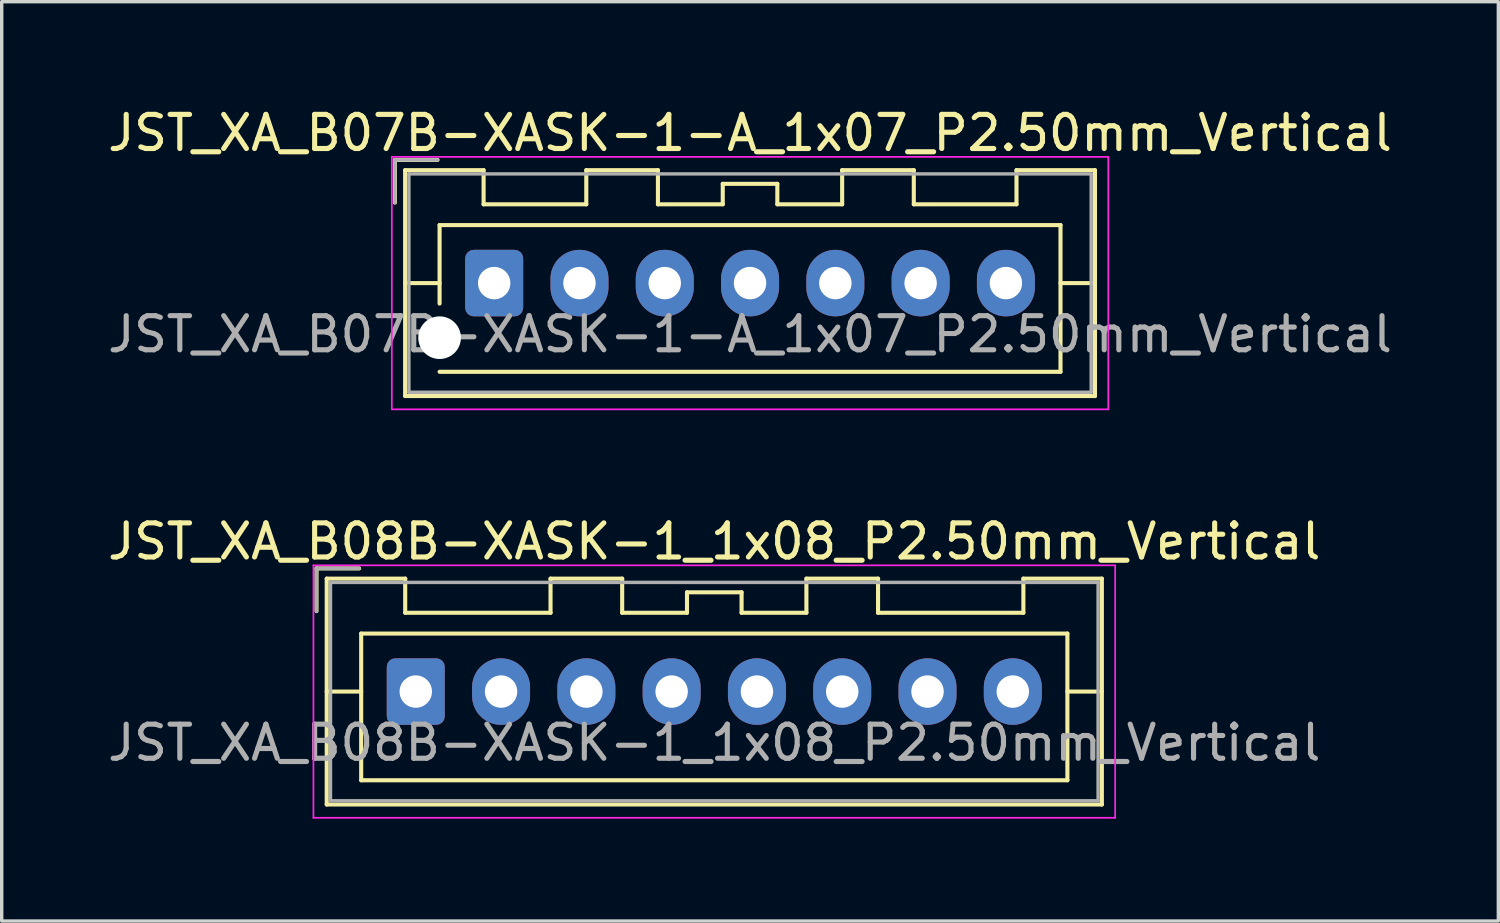
<source format=kicad_pcb>
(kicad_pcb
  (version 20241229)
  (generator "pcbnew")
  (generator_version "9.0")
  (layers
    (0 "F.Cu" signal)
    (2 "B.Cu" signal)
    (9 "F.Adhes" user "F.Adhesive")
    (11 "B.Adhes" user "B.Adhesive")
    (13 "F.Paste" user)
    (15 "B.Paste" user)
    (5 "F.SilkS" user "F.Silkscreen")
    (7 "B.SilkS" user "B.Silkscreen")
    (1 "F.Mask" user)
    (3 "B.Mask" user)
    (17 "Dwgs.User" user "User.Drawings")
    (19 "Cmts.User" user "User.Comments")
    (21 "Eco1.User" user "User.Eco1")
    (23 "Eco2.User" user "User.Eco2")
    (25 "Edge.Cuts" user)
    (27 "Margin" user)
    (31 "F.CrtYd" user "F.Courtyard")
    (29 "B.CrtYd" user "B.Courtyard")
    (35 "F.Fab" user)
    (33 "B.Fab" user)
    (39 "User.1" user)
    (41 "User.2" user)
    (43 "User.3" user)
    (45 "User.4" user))
  (footprint "JST_XA_B08B-XASK-1_1x08_P2.50mm_Vertical"
    (layer "F.Cu")
    (at 9.137 17.221)
    (property "Reference" "JST_XA_B08B-XASK-1_1x08_P2.50mm_Vertical" (at 8.75 -4.4 0) (layer "F.SilkS") (effects (font (size 1 1) (thickness 0.15))))
    (attr through_hole)
    (fp_line (start -2.91 -3.61) (end -2.91 -2.36) (stroke (width 0.12) (type solid)) (layer "F.SilkS"))
    (fp_line (start -2.61 -3.31) (end -2.61 3.31) (stroke (width 0.12) (type solid)) (layer "F.SilkS"))
    (fp_line (start -2.61 0) (end -1.6 0) (stroke (width 0.12) (type solid)) (layer "F.SilkS"))
    (fp_line (start -2.61 3.31) (end 20.11 3.31) (stroke (width 0.12) (type solid)) (layer "F.SilkS"))
    (fp_line (start -1.66 -3.61) (end -2.91 -3.61) (stroke (width 0.12) (type solid)) (layer "F.SilkS"))
    (fp_line (start -1.6 -1.7) (end -1.6 2.6) (stroke (width 0.12) (type solid)) (layer "F.SilkS"))
    (fp_line (start -1.6 2.6) (end 19.1 2.6) (stroke (width 0.12) (type solid)) (layer "F.SilkS"))
    (fp_line (start -0.31 -3.31) (end -2.61 -3.31) (stroke (width 0.12) (type solid)) (layer "F.SilkS"))
    (fp_line (start -0.31 -2.31) (end -0.31 -3.31) (stroke (width 0.12) (type solid)) (layer "F.SilkS"))
    (fp_line (start 3.95 -3.31) (end 3.95 -2.31) (stroke (width 0.12) (type solid)) (layer "F.SilkS"))
    (fp_line (start 3.95 -2.31) (end -0.31 -2.31) (stroke (width 0.12) (type solid)) (layer "F.SilkS"))
    (fp_line (start 6.05 -3.31) (end 3.95 -3.31) (stroke (width 0.12) (type solid)) (layer "F.SilkS"))
    (fp_line (start 6.05 -2.31) (end 6.05 -3.31) (stroke (width 0.12) (type solid)) (layer "F.SilkS"))
    (fp_line (start 7.95 -2.91) (end 7.95 -2.31) (stroke (width 0.12) (type solid)) (layer "F.SilkS"))
    (fp_line (start 7.95 -2.31) (end 6.05 -2.31) (stroke (width 0.12) (type solid)) (layer "F.SilkS"))
    (fp_line (start 9.55 -2.91) (end 7.95 -2.91) (stroke (width 0.12) (type solid)) (layer "F.SilkS"))
    (fp_line (start 9.55 -2.31) (end 9.55 -2.91) (stroke (width 0.12) (type solid)) (layer "F.SilkS"))
    (fp_line (start 11.45 -3.31) (end 11.45 -2.31) (stroke (width 0.12) (type solid)) (layer "F.SilkS"))
    (fp_line (start 11.45 -2.31) (end 9.55 -2.31) (stroke (width 0.12) (type solid)) (layer "F.SilkS"))
    (fp_line (start 13.55 -3.31) (end 11.45 -3.31) (stroke (width 0.12) (type solid)) (layer "F.SilkS"))
    (fp_line (start 13.55 -2.31) (end 13.55 -3.31) (stroke (width 0.12) (type solid)) (layer "F.SilkS"))
    (fp_line (start 17.81 -3.31) (end 17.81 -2.31) (stroke (width 0.12) (type solid)) (layer "F.SilkS"))
    (fp_line (start 17.81 -2.31) (end 13.55 -2.31) (stroke (width 0.12) (type solid)) (layer "F.SilkS"))
    (fp_line (start 19.1 -1.7) (end -1.6 -1.7) (stroke (width 0.12) (type solid)) (layer "F.SilkS"))
    (fp_line (start 19.1 2.6) (end 19.1 -1.7) (stroke (width 0.12) (type solid)) (layer "F.SilkS"))
    (fp_line (start 20.11 -3.31) (end 17.81 -3.31) (stroke (width 0.12) (type solid)) (layer "F.SilkS"))
    (fp_line (start 20.11 0) (end 19.1 0) (stroke (width 0.12) (type solid)) (layer "F.SilkS"))
    (fp_line (start 20.11 3.31) (end 20.11 -3.31) (stroke (width 0.12) (type solid)) (layer "F.SilkS"))
    (fp_line (start -3 -3.7) (end -3 3.7) (stroke (width 0.05) (type solid)) (layer "F.CrtYd"))
    (fp_line (start -3 3.7) (end 20.5 3.7) (stroke (width 0.05) (type solid)) (layer "F.CrtYd"))
    (fp_line (start 20.5 -3.7) (end -3 -3.7) (stroke (width 0.05) (type solid)) (layer "F.CrtYd"))
    (fp_line (start 20.5 3.7) (end 20.5 -3.7) (stroke (width 0.05) (type solid)) (layer "F.CrtYd"))
    (fp_line (start -2.91 -3.61) (end -2.91 -2.36) (stroke (width 0.1) (type solid)) (layer "F.Fab"))
    (fp_line (start -2.5 -3.2) (end -2.5 3.2) (stroke (width 0.1) (type solid)) (layer "F.Fab"))
    (fp_line (start -2.5 3.2) (end 20 3.2) (stroke (width 0.1) (type solid)) (layer "F.Fab"))
    (fp_line (start -1.66 -3.61) (end -2.91 -3.61) (stroke (width 0.1) (type solid)) (layer "F.Fab"))
    (fp_line (start 20 -3.2) (end -2.5 -3.2) (stroke (width 0.1) (type solid)) (layer "F.Fab"))
    (fp_line (start 20 3.2) (end 20 -3.2) (stroke (width 0.1) (type solid)) (layer "F.Fab"))
    (fp_text user "${REFERENCE}" (at 8.75 1.5 0) (layer "F.Fab") (effects (font (size 1 1) (thickness 0.15))))
    (pad "1" thru_hole roundrect (at 0 0) (size 1.7 1.95) (drill 0.95) (layers "*.Cu" "*.Mask") (roundrect_rratio 0.147))
    (pad "2" thru_hole oval (at 2.5 0) (size 1.7 1.95) (drill 0.95) (layers "*.Cu" "*.Mask"))
    (pad "3" thru_hole oval (at 5 0) (size 1.7 1.95) (drill 0.95) (layers "*.Cu" "*.Mask"))
    (pad "4" thru_hole oval (at 7.5 0) (size 1.7 1.95) (drill 0.95) (layers "*.Cu" "*.Mask"))
    (pad "5" thru_hole oval (at 10 0) (size 1.7 1.95) (drill 0.95) (layers "*.Cu" "*.Mask"))
    (pad "6" thru_hole oval (at 12.5 0) (size 1.7 1.95) (drill 0.95) (layers "*.Cu" "*.Mask"))
    (pad "7" thru_hole oval (at 15 0) (size 1.7 1.95) (drill 0.95) (layers "*.Cu" "*.Mask"))
    (pad "8" thru_hole oval (at 17.5 0) (size 1.7 1.95) (drill 0.95) (layers "*.Cu" "*.Mask")))
  (footprint "JST_XA_B07B-XASK-1-A_1x07_P2.50mm_Vertical"
    (layer "F.Cu")
    (at 11.435 5.248)
    (property "Reference" "JST_XA_B07B-XASK-1-A_1x07_P2.50mm_Vertical" (at 7.5 -4.4 0) (layer "F.SilkS") (effects (font (size 1 1) (thickness 0.15))))
    (attr through_hole)
    (fp_line (start -2.91 -3.61) (end -2.91 -2.36) (stroke (width 0.12) (type solid)) (layer "F.SilkS"))
    (fp_line (start -2.61 -3.31) (end -2.61 3.31) (stroke (width 0.12) (type solid)) (layer "F.SilkS"))
    (fp_line (start -2.61 0) (end -1.6 0) (stroke (width 0.12) (type solid)) (layer "F.SilkS"))
    (fp_line (start -2.61 3.31) (end 17.61 3.31) (stroke (width 0.12) (type solid)) (layer "F.SilkS"))
    (fp_line (start -1.66 -3.61) (end -2.91 -3.61) (stroke (width 0.12) (type solid)) (layer "F.SilkS"))
    (fp_line (start -1.6 -1.7) (end 16.6 -1.7) (stroke (width 0.12) (type solid)) (layer "F.SilkS"))
    (fp_line (start -1.6 0.6) (end -1.6 -1.7) (stroke (width 0.12) (type solid)) (layer "F.SilkS"))
    (fp_line (start -0.31 -3.31) (end -2.61 -3.31) (stroke (width 0.12) (type solid)) (layer "F.SilkS"))
    (fp_line (start -0.31 -2.31) (end -0.31 -3.31) (stroke (width 0.12) (type solid)) (layer "F.SilkS"))
    (fp_line (start 2.7 -3.31) (end 2.7 -2.31) (stroke (width 0.12) (type solid)) (layer "F.SilkS"))
    (fp_line (start 2.7 -2.31) (end -0.31 -2.31) (stroke (width 0.12) (type solid)) (layer "F.SilkS"))
    (fp_line (start 4.8 -3.31) (end 2.7 -3.31) (stroke (width 0.12) (type solid)) (layer "F.SilkS"))
    (fp_line (start 4.8 -2.31) (end 4.8 -3.31) (stroke (width 0.12) (type solid)) (layer "F.SilkS"))
    (fp_line (start 6.7 -2.91) (end 6.7 -2.31) (stroke (width 0.12) (type solid)) (layer "F.SilkS"))
    (fp_line (start 6.7 -2.31) (end 4.8 -2.31) (stroke (width 0.12) (type solid)) (layer "F.SilkS"))
    (fp_line (start 8.3 -2.91) (end 6.7 -2.91) (stroke (width 0.12) (type solid)) (layer "F.SilkS"))
    (fp_line (start 8.3 -2.31) (end 8.3 -2.91) (stroke (width 0.12) (type solid)) (layer "F.SilkS"))
    (fp_line (start 10.2 -3.31) (end 10.2 -2.31) (stroke (width 0.12) (type solid)) (layer "F.SilkS"))
    (fp_line (start 10.2 -2.31) (end 8.3 -2.31) (stroke (width 0.12) (type solid)) (layer "F.SilkS"))
    (fp_line (start 12.3 -3.31) (end 10.2 -3.31) (stroke (width 0.12) (type solid)) (layer "F.SilkS"))
    (fp_line (start 12.3 -2.31) (end 12.3 -3.31) (stroke (width 0.12) (type solid)) (layer "F.SilkS"))
    (fp_line (start 15.31 -3.31) (end 15.31 -2.31) (stroke (width 0.12) (type solid)) (layer "F.SilkS"))
    (fp_line (start 15.31 -2.31) (end 12.3 -2.31) (stroke (width 0.12) (type solid)) (layer "F.SilkS"))
    (fp_line (start 16.6 -1.7) (end 16.6 2.6) (stroke (width 0.12) (type solid)) (layer "F.SilkS"))
    (fp_line (start 16.6 2.6) (end -1.6 2.6) (stroke (width 0.12) (type solid)) (layer "F.SilkS"))
    (fp_line (start 17.61 -3.31) (end 15.31 -3.31) (stroke (width 0.12) (type solid)) (layer "F.SilkS"))
    (fp_line (start 17.61 0) (end 16.6 0) (stroke (width 0.12) (type solid)) (layer "F.SilkS"))
    (fp_line (start 17.61 3.31) (end 17.61 -3.31) (stroke (width 0.12) (type solid)) (layer "F.SilkS"))
    (fp_line (start -3 -3.7) (end -3 3.7) (stroke (width 0.05) (type solid)) (layer "F.CrtYd"))
    (fp_line (start -3 3.7) (end 18 3.7) (stroke (width 0.05) (type solid)) (layer "F.CrtYd"))
    (fp_line (start 18 -3.7) (end -3 -3.7) (stroke (width 0.05) (type solid)) (layer "F.CrtYd"))
    (fp_line (start 18 3.7) (end 18 -3.7) (stroke (width 0.05) (type solid)) (layer "F.CrtYd"))
    (fp_line (start -2.91 -3.61) (end -2.91 -2.36) (stroke (width 0.1) (type solid)) (layer "F.Fab"))
    (fp_line (start -2.5 -3.2) (end -2.5 3.2) (stroke (width 0.1) (type solid)) (layer "F.Fab"))
    (fp_line (start -2.5 3.2) (end 17.5 3.2) (stroke (width 0.1) (type solid)) (layer "F.Fab"))
    (fp_line (start -1.66 -3.61) (end -2.91 -3.61) (stroke (width 0.1) (type solid)) (layer "F.Fab"))
    (fp_line (start 17.5 -3.2) (end -2.5 -3.2) (stroke (width 0.1) (type solid)) (layer "F.Fab"))
    (fp_line (start 17.5 3.2) (end 17.5 -3.2) (stroke (width 0.1) (type solid)) (layer "F.Fab"))
    (fp_text user "${REFERENCE}" (at 7.5 1.5 0) (layer "F.Fab") (effects (font (size 1 1) (thickness 0.15))))
    (pad "" np_thru_hole circle (at -1.6 1.6) (size 1.25 1.25) (drill 1.25) (layers "*.Cu" "*.Mask"))
    (pad "1" thru_hole roundrect (at 0 0) (size 1.7 1.95) (drill 0.95) (layers "*.Cu" "*.Mask") (roundrect_rratio 0.147))
    (pad "2" thru_hole oval (at 2.5 0) (size 1.7 1.95) (drill 0.95) (layers "*.Cu" "*.Mask"))
    (pad "3" thru_hole oval (at 5 0) (size 1.7 1.95) (drill 0.95) (layers "*.Cu" "*.Mask"))
    (pad "4" thru_hole oval (at 7.5 0) (size 1.7 1.95) (drill 0.95) (layers "*.Cu" "*.Mask"))
    (pad "5" thru_hole oval (at 10 0) (size 1.7 1.95) (drill 0.95) (layers "*.Cu" "*.Mask"))
    (pad "6" thru_hole oval (at 12.5 0) (size 1.7 1.95) (drill 0.95) (layers "*.Cu" "*.Mask"))
    (pad "7" thru_hole oval (at 15 0) (size 1.7 1.95) (drill 0.95) (layers "*.Cu" "*.Mask")))
  (gr_rect
    (start -3 -3)
    (end 40.869 23.947)
    (stroke (width 0.1) (type default))
    (fill no)
    (layer "Edge.Cuts")))
</source>
